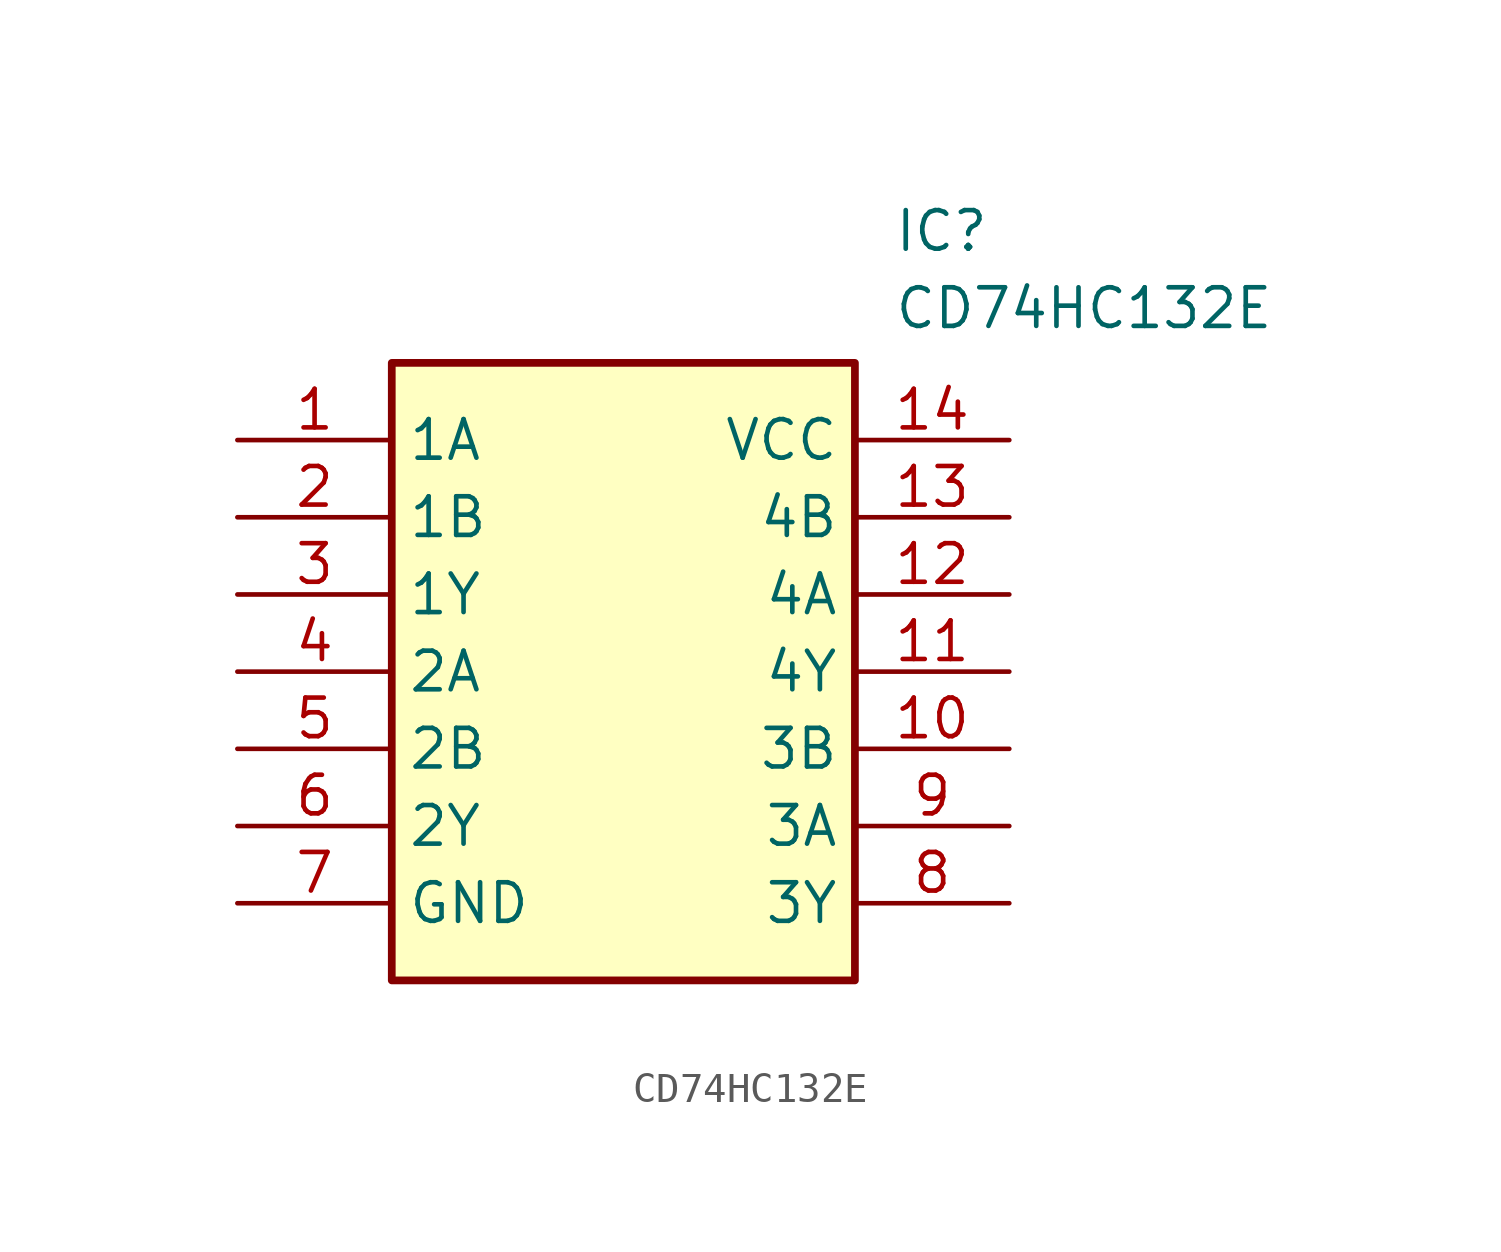
<source format=kicad_sym>
(kicad_symbol_lib
  (version 20211014)
  (generator SamacSys_ECAD_Model)
  (symbol "CD74HC132E"
    (property "Reference" "IC"
      (at 21.59 7.62 0)
      (effects (font (size 1.27 1.27)) (justify left top)))
    (property "Value" "CD74HC132E"
      (at 21.59 5.08 0)
      (effects (font (size 1.27 1.27)) (justify left top)))
    (rectangle
      (start 5.08 2.54)
      (end 20.32 -17.78)
      (stroke (width 0.254) (type default))
      (fill (type background)))
    (pin passive line
      (at 0 0 0)
      (length 5.08)
      (name "1A" (effects (font (size 1.27 1.27))))
      (number "1" (effects (font (size 1.27 1.27)))))
    (pin passive line
      (at 0 -2.54 0)
      (length 5.08)
      (name "1B" (effects (font (size 1.27 1.27))))
      (number "2" (effects (font (size 1.27 1.27)))))
    (pin passive line
      (at 0 -5.08 0)
      (length 5.08)
      (name "1Y" (effects (font (size 1.27 1.27))))
      (number "3" (effects (font (size 1.27 1.27)))))
    (pin passive line
      (at 0 -7.62 0)
      (length 5.08)
      (name "2A" (effects (font (size 1.27 1.27))))
      (number "4" (effects (font (size 1.27 1.27)))))
    (pin passive line
      (at 0 -10.16 0)
      (length 5.08)
      (name "2B" (effects (font (size 1.27 1.27))))
      (number "5" (effects (font (size 1.27 1.27)))))
    (pin passive line
      (at 0 -12.7 0)
      (length 5.08)
      (name "2Y" (effects (font (size 1.27 1.27))))
      (number "6" (effects (font (size 1.27 1.27)))))
    (pin passive line
      (at 0 -15.24 0)
      (length 5.08)
      (name "GND" (effects (font (size 1.27 1.27))))
      (number "7" (effects (font (size 1.27 1.27)))))
    (pin passive line
      (at 25.4 0 180)
      (length 5.08)
      (name "VCC" (effects (font (size 1.27 1.27))))
      (number "14" (effects (font (size 1.27 1.27)))))
    (pin passive line
      (at 25.4 -2.54 180)
      (length 5.08)
      (name "4B" (effects (font (size 1.27 1.27))))
      (number "13" (effects (font (size 1.27 1.27)))))
    (pin passive line
      (at 25.4 -5.08 180)
      (length 5.08)
      (name "4A" (effects (font (size 1.27 1.27))))
      (number "12" (effects (font (size 1.27 1.27)))))
    (pin passive line
      (at 25.4 -7.62 180)
      (length 5.08)
      (name "4Y" (effects (font (size 1.27 1.27))))
      (number "11" (effects (font (size 1.27 1.27)))))
    (pin passive line
      (at 25.4 -10.16 180)
      (length 5.08)
      (name "3B" (effects (font (size 1.27 1.27))))
      (number "10" (effects (font (size 1.27 1.27)))))
    (pin passive line
      (at 25.4 -12.7 180)
      (length 5.08)
      (name "3A" (effects (font (size 1.27 1.27))))
      (number "9" (effects (font (size 1.27 1.27)))))
    (pin passive line
      (at 25.4 -15.24 180)
      (length 5.08)
      (name "3Y" (effects (font (size 1.27 1.27))))
      (number "8" (effects (font (size 1.27 1.27)))))))
</source>
